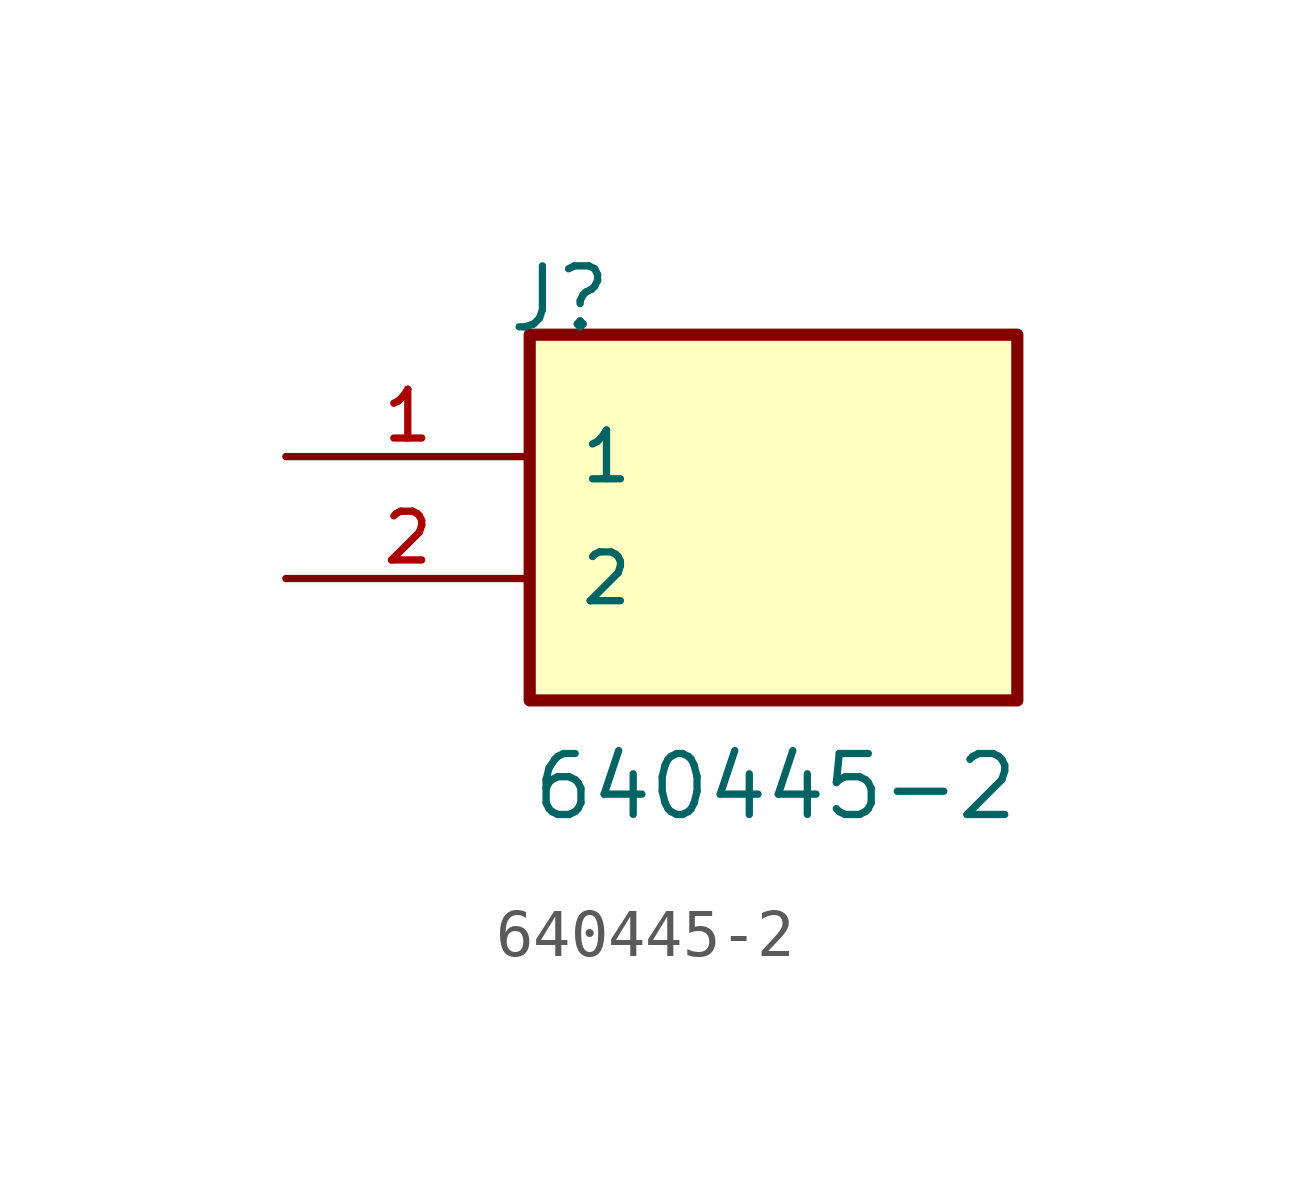
<source format=kicad_sym>
(kicad_symbol_lib
  (version 20211014)
  (generator kicad_symbol_editor)
  (symbol "640445-2"
    (pin_names
      (offset 1.016))
    (property "Reference" "J"
      (at -5.58 5.08 0)
      (effects (font (size 1.27 1.27)) (justify bottom left)))
    (property "Value" "640445-2"
      (at -5.08 -5.08 0)
      (effects (font (size 1.27 1.27)) (justify bottom left)))
    (symbol "640445-2_0_0"
      (rectangle (start -5.08 -2.54) (end 5.08 5.08) (stroke (width 0.254)) (fill (type background)))
      (pin passive line (at -10.16 2.54 0) (length 5.08) (name "1" (effects (font (size 1.016 1.016)))) (number "1" (effects (font (size 1.016 1.016)))))
      (pin passive line (at -10.16 0.0 0) (length 5.08) (name "2" (effects (font (size 1.016 1.016)))) (number "2" (effects (font (size 1.016 1.016))))))))
</source>
